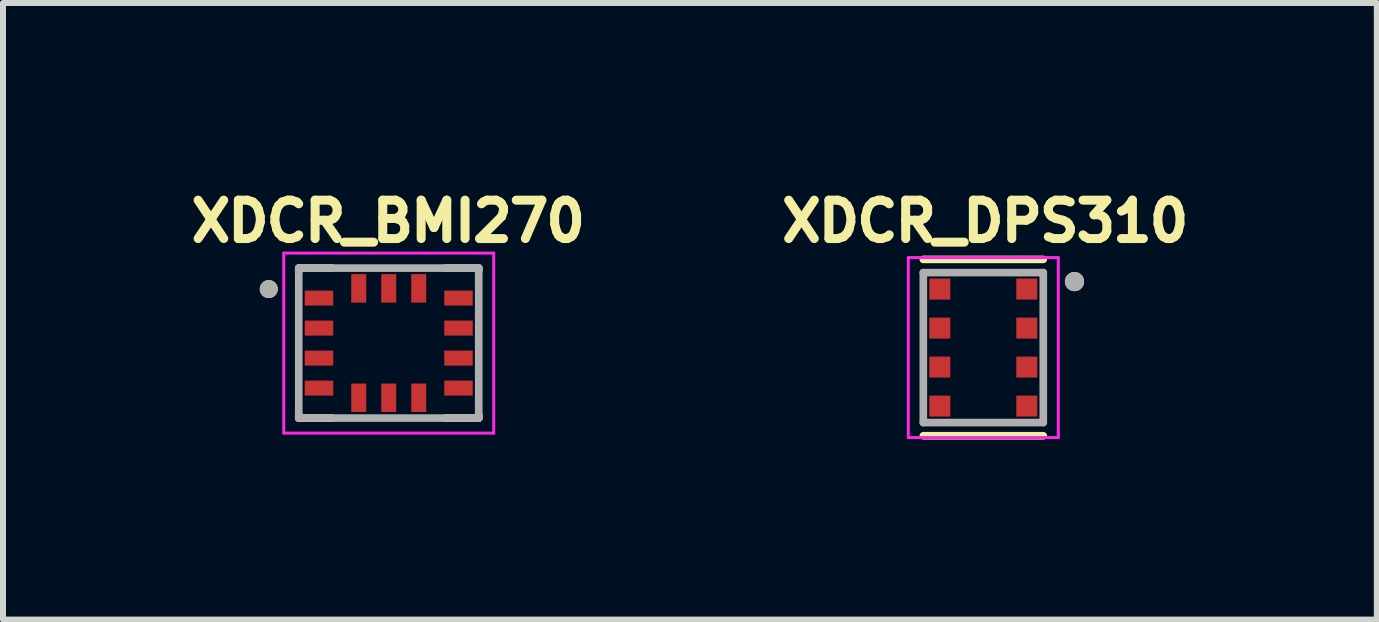
<source format=kicad_pcb>
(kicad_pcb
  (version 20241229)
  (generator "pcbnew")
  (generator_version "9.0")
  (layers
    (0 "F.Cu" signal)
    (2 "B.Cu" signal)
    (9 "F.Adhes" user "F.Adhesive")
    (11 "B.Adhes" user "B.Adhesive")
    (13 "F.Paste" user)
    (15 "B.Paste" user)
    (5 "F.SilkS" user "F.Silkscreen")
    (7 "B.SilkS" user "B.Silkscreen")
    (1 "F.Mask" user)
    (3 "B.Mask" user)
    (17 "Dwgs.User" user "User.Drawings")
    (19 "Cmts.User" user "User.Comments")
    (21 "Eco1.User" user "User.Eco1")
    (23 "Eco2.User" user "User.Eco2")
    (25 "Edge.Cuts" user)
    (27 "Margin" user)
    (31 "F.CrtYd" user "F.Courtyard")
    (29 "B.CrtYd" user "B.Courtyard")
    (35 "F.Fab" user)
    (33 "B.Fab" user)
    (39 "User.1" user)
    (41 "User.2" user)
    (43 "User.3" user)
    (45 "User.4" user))
  (footprint "XDCR_DPS310"
    (layer "F.Cu")
    (at 13.341 2.744)
    (property "Reference" "XDCR_DPS310" (at 0.032 -2.106 0) (layer "F.SilkS") (effects (font (size 0.64 0.64) (thickness 0.15))))
    (attr through_hole)
    (fp_line (start -1 1.47) (end 1 1.47) (stroke (width 0.127) (type solid)) (layer "F.SilkS"))
    (fp_line (start 1 -1.47) (end -1 -1.47) (stroke (width 0.127) (type solid)) (layer "F.SilkS"))
    (fp_circle (center 1.52 -1.1) (end 1.6 -1.1) (stroke (width 0.16) (type solid)) (fill no) (layer "F.SilkS"))
    (fp_circle (center -0.725 -0.975) (end -0.637 -0.975) (stroke (width 0.175) (type solid)) (fill no) (layer "F.Paste"))
    (fp_circle (center -0.725 -0.325) (end -0.637 -0.325) (stroke (width 0.175) (type solid)) (fill no) (layer "F.Paste"))
    (fp_circle (center -0.725 0.325) (end -0.637 0.325) (stroke (width 0.175) (type solid)) (fill no) (layer "F.Paste"))
    (fp_circle (center -0.725 0.975) (end -0.637 0.975) (stroke (width 0.175) (type solid)) (fill no) (layer "F.Paste"))
    (fp_circle (center 0.725 -0.975) (end 0.812 -0.975) (stroke (width 0.175) (type solid)) (fill no) (layer "F.Paste"))
    (fp_circle (center 0.725 -0.325) (end 0.812 -0.325) (stroke (width 0.175) (type solid)) (fill no) (layer "F.Paste"))
    (fp_circle (center 0.725 0.325) (end 0.812 0.325) (stroke (width 0.175) (type solid)) (fill no) (layer "F.Paste"))
    (fp_circle (center 0.725 0.975) (end 0.812 0.975) (stroke (width 0.175) (type solid)) (fill no) (layer "F.Paste"))
    (fp_line (start -1.25 -1.5) (end -1.25 1.5) (stroke (width 0.05) (type solid)) (layer "F.CrtYd"))
    (fp_line (start -1.25 1.5) (end 1.25 1.5) (stroke (width 0.05) (type solid)) (layer "F.CrtYd"))
    (fp_line (start 1.25 -1.5) (end -1.25 -1.5) (stroke (width 0.05) (type solid)) (layer "F.CrtYd"))
    (fp_line (start 1.25 1.5) (end 1.25 -1.5) (stroke (width 0.05) (type solid)) (layer "F.CrtYd"))
    (fp_line (start -1 -1.25) (end -1 1.25) (stroke (width 0.127) (type solid)) (layer "F.Fab"))
    (fp_line (start -1 -1.25) (end 1 -1.25) (stroke (width 0.127) (type solid)) (layer "F.Fab"))
    (fp_line (start 1 1.25) (end -1 1.25) (stroke (width 0.127) (type solid)) (layer "F.Fab"))
    (fp_line (start 1 1.25) (end 1 -1.25) (stroke (width 0.127) (type solid)) (layer "F.Fab"))
    (fp_circle (center 1.52 -1.1) (end 1.6 -1.1) (stroke (width 0.16) (type solid)) (fill no) (layer "F.Fab"))
    (pad "1" smd rect (at 0.725 -0.975) (size 0.35 0.35) (layers "F.Cu" "F.Mask"))
    (pad "2" smd rect (at 0.725 -0.325) (size 0.35 0.35) (layers "F.Cu" "F.Mask"))
    (pad "3" smd rect (at 0.725 0.325) (size 0.35 0.35) (layers "F.Cu" "F.Mask"))
    (pad "4" smd rect (at 0.725 0.975) (size 0.35 0.35) (layers "F.Cu" "F.Mask"))
    (pad "5" smd rect (at -0.725 0.975) (size 0.35 0.35) (layers "F.Cu" "F.Mask"))
    (pad "6" smd rect (at -0.725 0.325) (size 0.35 0.35) (layers "F.Cu" "F.Mask"))
    (pad "7" smd rect (at -0.725 -0.325) (size 0.35 0.35) (layers "F.Cu" "F.Mask"))
    (pad "8" smd rect (at -0.725 -0.975) (size 0.35 0.35) (layers "F.Cu" "F.Mask")))
  (footprint "XDCR_BMI270"
    (layer "F.Cu")
    (at 3.43 2.669)
    (property "Reference" "XDCR_BMI270" (at -0.008 -2.031 0) (layer "F.SilkS") (effects (font (size 0.64 0.64) (thickness 0.15))))
    (attr smd)
    (fp_line (start -1.5 -1.25) (end -1.5 -1.195) (stroke (width 0.127) (type solid)) (layer "F.SilkS"))
    (fp_line (start -1.5 -1.25) (end -0.945 -1.25) (stroke (width 0.127) (type solid)) (layer "F.SilkS"))
    (fp_line (start -1.5 1.195) (end -1.5 1.25) (stroke (width 0.127) (type solid)) (layer "F.SilkS"))
    (fp_line (start -1.5 1.25) (end -0.945 1.25) (stroke (width 0.127) (type solid)) (layer "F.SilkS"))
    (fp_line (start 0.945 -1.25) (end 1.5 -1.25) (stroke (width 0.127) (type solid)) (layer "F.SilkS"))
    (fp_line (start 0.945 1.25) (end 1.5 1.25) (stroke (width 0.127) (type solid)) (layer "F.SilkS"))
    (fp_line (start 1.5 -1.25) (end 1.5 -1.195) (stroke (width 0.127) (type solid)) (layer "F.SilkS"))
    (fp_line (start 1.5 1.195) (end 1.5 1.25) (stroke (width 0.127) (type solid)) (layer "F.SilkS"))
    (fp_circle (center -2 -0.9) (end -1.925 -0.9) (stroke (width 0.15) (type solid)) (fill no) (layer "F.SilkS"))
    (fp_line (start -1.75 -1.5) (end 1.75 -1.5) (stroke (width 0.05) (type solid)) (layer "F.CrtYd"))
    (fp_line (start -1.75 1.5) (end -1.75 -1.5) (stroke (width 0.05) (type solid)) (layer "F.CrtYd"))
    (fp_line (start 1.75 -1.5) (end 1.75 1.5) (stroke (width 0.05) (type solid)) (layer "F.CrtYd"))
    (fp_line (start 1.75 1.5) (end -1.75 1.5) (stroke (width 0.05) (type solid)) (layer "F.CrtYd"))
    (fp_line (start -1.5 -1.25) (end -1.5 1.25) (stroke (width 0.127) (type solid)) (layer "F.Fab"))
    (fp_line (start -1.5 1.25) (end 1.5 1.25) (stroke (width 0.127) (type solid)) (layer "F.Fab"))
    (fp_line (start 1.5 -1.25) (end -1.5 -1.25) (stroke (width 0.127) (type solid)) (layer "F.Fab"))
    (fp_line (start 1.5 1.25) (end 1.5 -1.25) (stroke (width 0.127) (type solid)) (layer "F.Fab"))
    (fp_circle (center -2 -0.9) (end -1.925 -0.9) (stroke (width 0.15) (type solid)) (fill no) (layer "F.Fab"))
    (pad "1" smd rect (at -1.163 -0.75) (size 0.475 0.25) (layers "F.Cu" "F.Mask" "F.Paste"))
    (pad "2" smd rect (at -1.163 -0.25) (size 0.475 0.25) (layers "F.Cu" "F.Mask" "F.Paste"))
    (pad "3" smd rect (at -1.163 0.25) (size 0.475 0.25) (layers "F.Cu" "F.Mask" "F.Paste"))
    (pad "4" smd rect (at -1.163 0.75) (size 0.475 0.25) (layers "F.Cu" "F.Mask" "F.Paste"))
    (pad "5" smd rect (at -0.5 0.912 90) (size 0.475 0.25) (layers "F.Cu" "F.Mask" "F.Paste"))
    (pad "6" smd rect (at 0 0.912 90) (size 0.475 0.25) (layers "F.Cu" "F.Mask" "F.Paste"))
    (pad "7" smd rect (at 0.5 0.912 90) (size 0.475 0.25) (layers "F.Cu" "F.Mask" "F.Paste"))
    (pad "8" smd rect (at 1.163 0.75) (size 0.475 0.25) (layers "F.Cu" "F.Mask" "F.Paste"))
    (pad "9" smd rect (at 1.163 0.25) (size 0.475 0.25) (layers "F.Cu" "F.Mask" "F.Paste"))
    (pad "10" smd rect (at 1.163 -0.25) (size 0.475 0.25) (layers "F.Cu" "F.Mask" "F.Paste"))
    (pad "11" smd rect (at 1.163 -0.75) (size 0.475 0.25) (layers "F.Cu" "F.Mask" "F.Paste"))
    (pad "12" smd rect (at 0.5 -0.912 90) (size 0.475 0.25) (layers "F.Cu" "F.Mask" "F.Paste"))
    (pad "13" smd rect (at 0 -0.912 90) (size 0.475 0.25) (layers "F.Cu" "F.Mask" "F.Paste"))
    (pad "14" smd rect (at -0.5 -0.912 90) (size 0.475 0.25) (layers "F.Cu" "F.Mask" "F.Paste")))
  (gr_rect
    (start -3 -3)
    (end 19.901 7.278)
    (stroke (width 0.1) (type default))
    (fill no)
    (layer "Edge.Cuts")))
</source>
